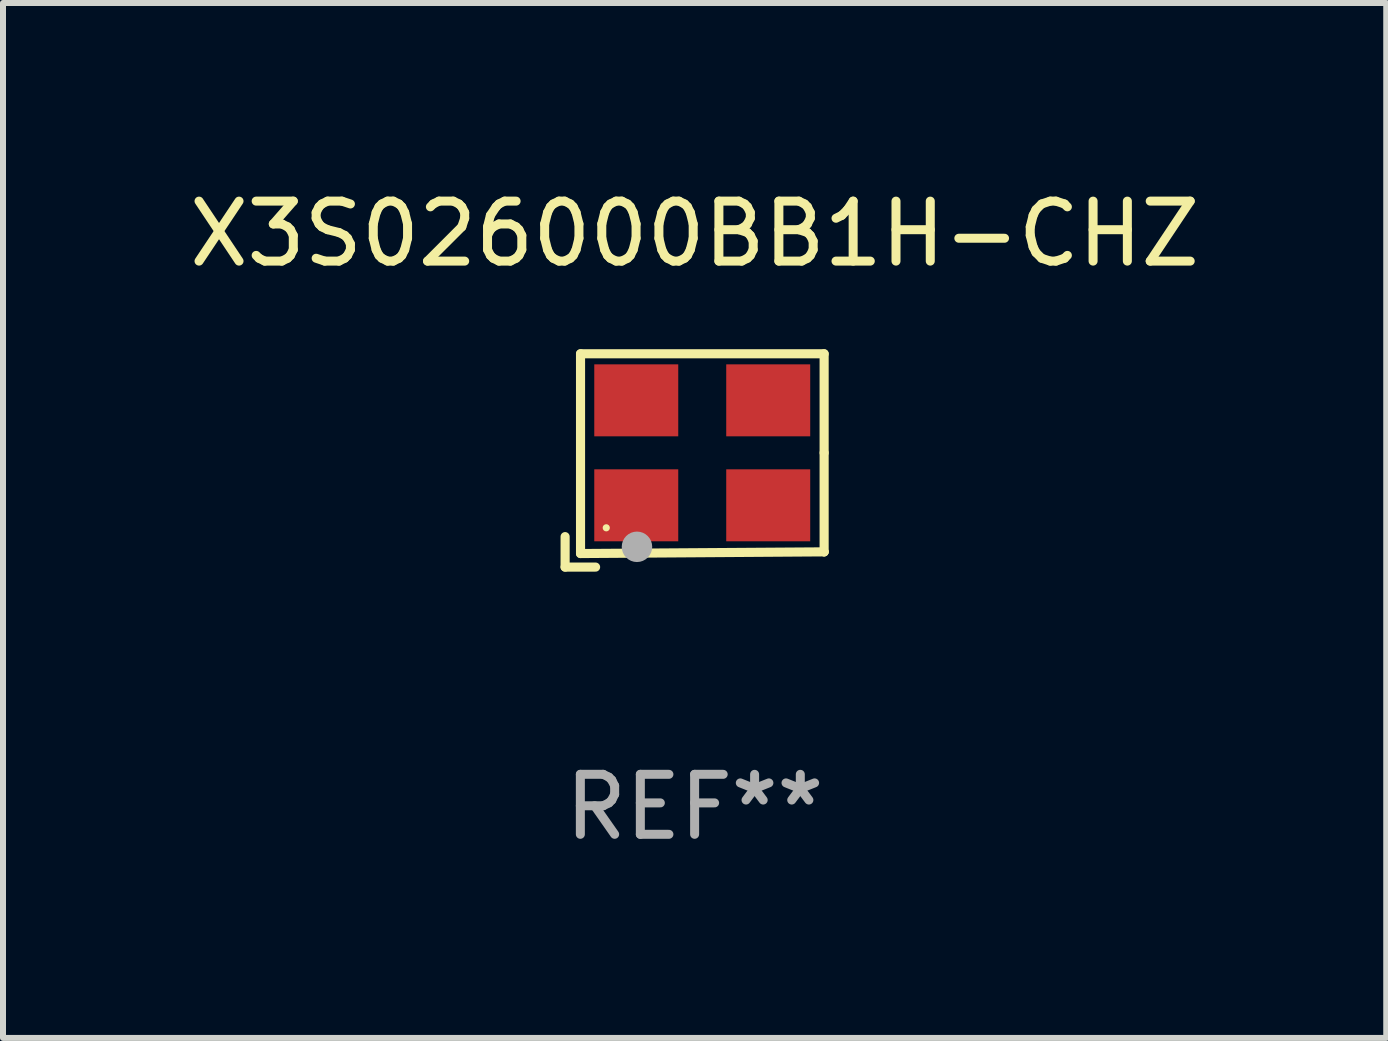
<source format=kicad_pcb>
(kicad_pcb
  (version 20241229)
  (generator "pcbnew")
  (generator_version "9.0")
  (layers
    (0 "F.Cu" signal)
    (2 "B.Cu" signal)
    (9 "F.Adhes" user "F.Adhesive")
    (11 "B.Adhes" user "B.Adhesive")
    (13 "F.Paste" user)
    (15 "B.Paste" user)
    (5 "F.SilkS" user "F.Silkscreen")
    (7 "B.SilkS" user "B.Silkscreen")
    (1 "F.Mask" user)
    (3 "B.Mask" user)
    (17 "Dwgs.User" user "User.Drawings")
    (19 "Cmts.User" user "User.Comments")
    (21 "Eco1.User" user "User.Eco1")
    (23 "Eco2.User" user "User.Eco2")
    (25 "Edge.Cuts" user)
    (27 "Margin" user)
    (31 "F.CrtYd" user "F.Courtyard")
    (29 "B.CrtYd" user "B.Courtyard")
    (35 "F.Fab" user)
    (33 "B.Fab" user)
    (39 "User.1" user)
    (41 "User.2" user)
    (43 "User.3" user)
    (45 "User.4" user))
  (footprint "X3S026000BB1H-CHZ"
    (layer "F.Cu")
    (at 8.53 4.626)
    (property "Reference" "X3S026000BB1H-CHZ" (at 0 -3.778 0) (layer "F.SilkS") (effects (font (size 1 1) (thickness 0.15))))
    (attr through_hole)
    (fp_line (start -2.159 1.27) (end -2.159 1.778) (stroke (width 0.152) (type solid)) (layer "F.SilkS"))
    (fp_line (start -2.159 1.778) (end -1.651 1.778) (stroke (width 0.152) (type solid)) (layer "F.SilkS"))
    (fp_line (start -1.902 -1.778) (end 2.159 -1.778) (stroke (width 0.152) (type solid)) (layer "F.SilkS"))
    (fp_line (start -1.902 1.552) (end -1.902 -1.778) (stroke (width 0.152) (type solid)) (layer "F.SilkS"))
    (fp_line (start 2.159 -1.778) (end 2.159 -0.127) (stroke (width 0.152) (type solid)) (layer "F.SilkS"))
    (fp_line (start 2.159 -0.127) (end 2.159 1.524) (stroke (width 0.152) (type solid)) (layer "F.SilkS"))
    (fp_line (start 2.159 1.524) (end -1.902 1.552) (stroke (width 0.152) (type solid)) (layer "F.SilkS"))
    (fp_line (start 2.159 1.524) (end 2.159 1.524) (stroke (width 0.152) (type solid)) (layer "F.SilkS"))
    (fp_circle (center -1.473 1.123) (end -1.443 1.123) (stroke (width 0.06) (type solid)) (fill no) (layer "F.SilkS"))
    (fp_circle (center -0.961 1.44) (end -0.834 1.44) (stroke (width 0.254) (type solid)) (fill no) (layer "F.Fab"))
    (fp_text user "REF**" (at 0 5.778 0) (layer "F.Fab") (effects (font (size 1 1) (thickness 0.15))))
    (pad "1" smd rect (at -0.973 0.748) (size 1.4 1.2) (layers "F.Cu" "F.Mask" "F.Paste"))
    (pad "2" smd rect (at 1.227 0.748) (size 1.4 1.2) (layers "F.Cu" "F.Mask" "F.Paste"))
    (pad "3" smd rect (at 1.227 -1.002) (size 1.4 1.2) (layers "F.Cu" "F.Mask" "F.Paste"))
    (pad "4" smd rect (at -0.973 -1.002) (size 1.4 1.2) (layers "F.Cu" "F.Mask" "F.Paste")))
  (gr_rect
    (start -3 -3)
    (end 20.06 14.253)
    (stroke (width 0.1) (type default))
    (fill no)
    (layer "Edge.Cuts")))
</source>
